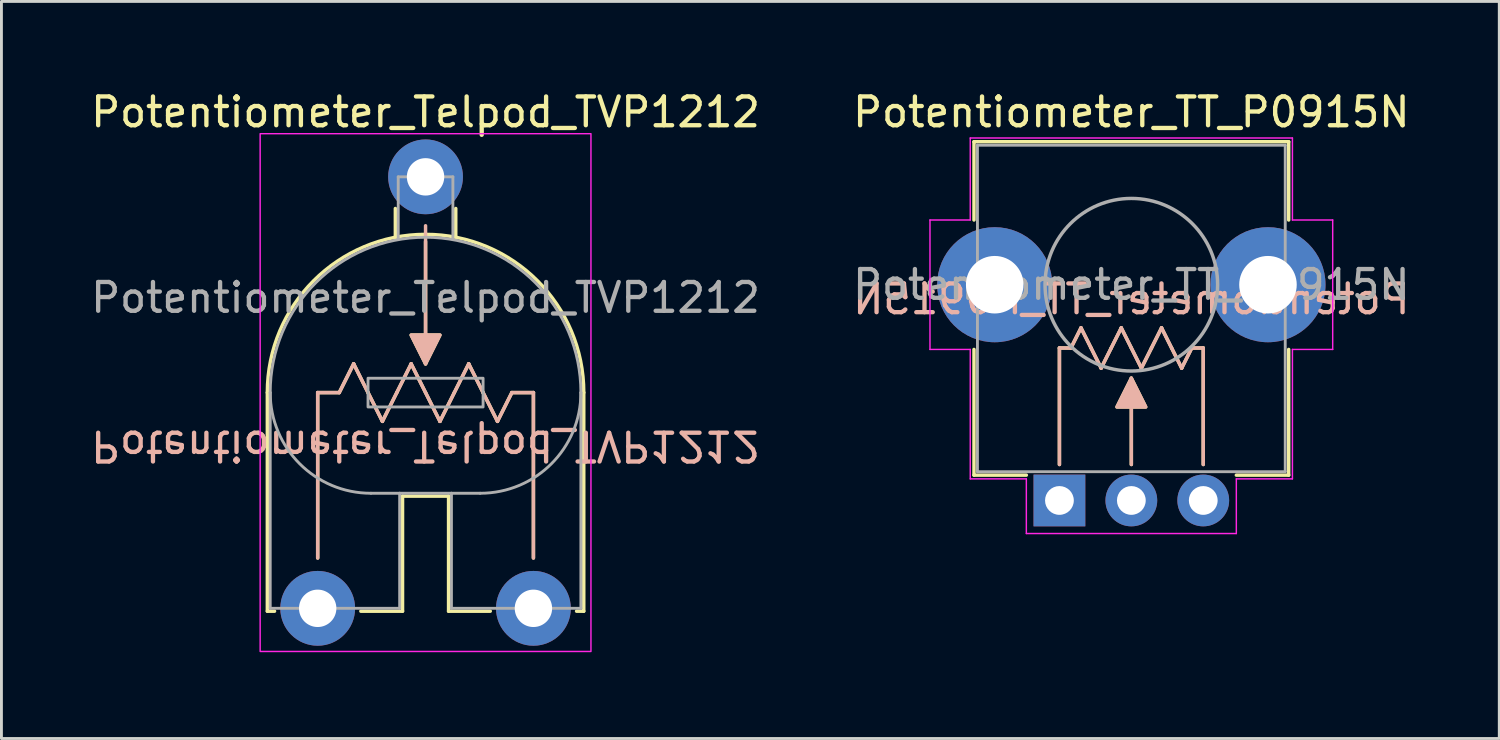
<source format=kicad_pcb>
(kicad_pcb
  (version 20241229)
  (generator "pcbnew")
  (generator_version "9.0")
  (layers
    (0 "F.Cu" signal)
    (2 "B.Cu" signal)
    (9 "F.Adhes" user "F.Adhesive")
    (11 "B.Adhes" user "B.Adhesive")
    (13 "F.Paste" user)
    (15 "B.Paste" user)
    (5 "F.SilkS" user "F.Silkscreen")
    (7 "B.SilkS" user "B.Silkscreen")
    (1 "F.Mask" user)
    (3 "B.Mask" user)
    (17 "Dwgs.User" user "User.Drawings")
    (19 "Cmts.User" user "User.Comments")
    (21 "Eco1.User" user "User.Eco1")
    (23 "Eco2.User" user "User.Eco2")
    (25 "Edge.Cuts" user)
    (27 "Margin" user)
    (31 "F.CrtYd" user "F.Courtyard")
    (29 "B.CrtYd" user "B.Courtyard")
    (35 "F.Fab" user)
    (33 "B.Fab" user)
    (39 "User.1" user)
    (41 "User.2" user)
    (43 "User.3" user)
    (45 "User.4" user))
  (footprint "Potentiometer_Telpod_TVP1212"
    (layer "F.Cu")
    (at 7.994 18.098)
    (property "Reference" "Potentiometer_Telpod_TVP1212" (at 3.75 -17.25 0) (unlocked yes) (layer "F.SilkS") (effects (font (size 1 1) (thickness 0.15))))
    (attr smd)
    (fp_line (start -1.75 -7.5) (end -1.75 0.1) (stroke (width 0.12) (type solid)) (layer "F.SilkS"))
    (fp_line (start -1.75 0.1) (end -1.5 0.1) (stroke (width 0.12) (type solid)) (layer "F.SilkS"))
    (fp_line (start 0 -7.5) (end 0 -1.75) (stroke (width 0.12) (type solid)) (layer "F.SilkS"))
    (fp_line (start 0.75 -7.5) (end 0 -7.5) (stroke (width 0.12) (type solid)) (layer "F.SilkS"))
    (fp_line (start 0.75 -7.5) (end 1.25 -8.5) (stroke (width 0.12) (type solid)) (layer "F.SilkS"))
    (fp_line (start 1.25 -8.5) (end 1.75 -7.5) (stroke (width 0.12) (type solid)) (layer "F.SilkS"))
    (fp_line (start 1.5 0.1) (end 2.95 0.1) (stroke (width 0.12) (type solid)) (layer "F.SilkS"))
    (fp_line (start 2.25 -6.5) (end 1.75 -7.5) (stroke (width 0.12) (type solid)) (layer "F.SilkS"))
    (fp_line (start 2.7 -12.9) (end 2.7 -13.9) (stroke (width 0.12) (type solid)) (layer "F.SilkS"))
    (fp_line (start 2.75 -7.5) (end 2.25 -6.5) (stroke (width 0.12) (type solid)) (layer "F.SilkS"))
    (fp_line (start 2.75 -7.5) (end 3.25 -8.5) (stroke (width 0.12) (type solid)) (layer "F.SilkS"))
    (fp_line (start 2.95 -3.9) (end 4.55 -3.9) (stroke (width 0.12) (type solid)) (layer "F.SilkS"))
    (fp_line (start 2.95 0.1) (end 2.95 -3.9) (stroke (width 0.12) (type solid)) (layer "F.SilkS"))
    (fp_line (start 3.25 -8.5) (end 3.75 -7.5) (stroke (width 0.12) (type solid)) (layer "F.SilkS"))
    (fp_line (start 3.75 -8.5) (end 3.75 -12.75) (stroke (width 0.12) (type solid)) (layer "F.SilkS"))
    (fp_line (start 4.25 -6.5) (end 3.75 -7.5) (stroke (width 0.12) (type solid)) (layer "F.SilkS"))
    (fp_line (start 4.55 -3.9) (end 4.55 0.1) (stroke (width 0.12) (type solid)) (layer "F.SilkS"))
    (fp_line (start 4.55 0.1) (end 6 0.1) (stroke (width 0.12) (type solid)) (layer "F.SilkS"))
    (fp_line (start 4.75 -7.5) (end 4.25 -6.5) (stroke (width 0.12) (type solid)) (layer "F.SilkS"))
    (fp_line (start 4.75 -7.5) (end 5.25 -8.5) (stroke (width 0.12) (type solid)) (layer "F.SilkS"))
    (fp_line (start 4.8 -12.9) (end 4.8 -13.9) (stroke (width 0.12) (type solid)) (layer "F.SilkS"))
    (fp_line (start 5.25 -8.5) (end 5.75 -7.5) (stroke (width 0.12) (type solid)) (layer "F.SilkS"))
    (fp_line (start 6.25 -6.5) (end 5.75 -7.5) (stroke (width 0.12) (type solid)) (layer "F.SilkS"))
    (fp_line (start 6.75 -7.5) (end 6.25 -6.5) (stroke (width 0.12) (type solid)) (layer "F.SilkS"))
    (fp_line (start 6.75 -7.5) (end 7.5 -7.5) (stroke (width 0.12) (type solid)) (layer "F.SilkS"))
    (fp_line (start 7.5 -7.5) (end 7.5 -1.75) (stroke (width 0.12) (type solid)) (layer "F.SilkS"))
    (fp_line (start 9 0.1) (end 9.25 0.1) (stroke (width 0.12) (type solid)) (layer "F.SilkS"))
    (fp_line (start 9.25 0.1) (end 9.25 -7.5) (stroke (width 0.12) (type solid)) (layer "F.SilkS"))
    (fp_arc (start -1.75 -7.5) (mid 3.75 -13) (end 9.25 -7.5) (stroke (width 0.12) (type solid)) (layer "F.SilkS"))
    (fp_poly (pts (xy 3.75 -8.5) (xy 3.25 -9.5) (xy 4.25 -9.5)) (stroke (width 0.12) (type solid)) (fill yes) (layer "F.SilkS"))
    (fp_line (start 0 -7.5) (end 0.75 -7.5) (stroke (width 0.12) (type solid)) (layer "B.SilkS"))
    (fp_line (start 0 -1.75) (end 0 -7.5) (stroke (width 0.12) (type solid)) (layer "B.SilkS"))
    (fp_line (start 0.75 -7.5) (end 1.25 -8.5) (stroke (width 0.12) (type solid)) (layer "B.SilkS"))
    (fp_line (start 1.25 -8.5) (end 2.25 -6.5) (stroke (width 0.12) (type solid)) (layer "B.SilkS"))
    (fp_line (start 2.25 -6.5) (end 3.25 -8.5) (stroke (width 0.12) (type solid)) (layer "B.SilkS"))
    (fp_line (start 3.25 -8.5) (end 4.25 -6.5) (stroke (width 0.12) (type solid)) (layer "B.SilkS"))
    (fp_line (start 3.75 -13.3) (end 3.75 -8.5) (stroke (width 0.12) (type solid)) (layer "B.SilkS"))
    (fp_line (start 4.25 -6.5) (end 5.25 -8.5) (stroke (width 0.12) (type solid)) (layer "B.SilkS"))
    (fp_line (start 5.25 -8.5) (end 6.25 -6.5) (stroke (width 0.12) (type solid)) (layer "B.SilkS"))
    (fp_line (start 6.25 -6.5) (end 6.75 -7.5) (stroke (width 0.12) (type solid)) (layer "B.SilkS"))
    (fp_line (start 6.75 -7.5) (end 7.5 -7.5) (stroke (width 0.12) (type solid)) (layer "B.SilkS"))
    (fp_line (start 7.5 -7.5) (end 7.5 -1.75) (stroke (width 0.12) (type solid)) (layer "B.SilkS"))
    (fp_poly (pts (xy 3.75 -8.5) (xy 3.25 -9.5) (xy 4.25 -9.5)) (stroke (width 0.12) (type solid)) (fill yes) (layer "B.SilkS"))
    (fp_rect (start -2 -16.5) (end 9.5 1.5) (stroke (width 0.05) (type solid)) (fill no) (layer "F.CrtYd"))
    (fp_line (start -1.65 -7.5) (end -1.65 0) (stroke (width 0.1) (type solid)) (layer "F.Fab"))
    (fp_line (start -1.65 0) (end 2.85 0) (stroke (width 0.1) (type solid)) (layer "F.Fab"))
    (fp_line (start 2.8 -15) (end 4.7 -15) (stroke (width 0.1) (type solid)) (layer "F.Fab"))
    (fp_line (start 2.8 -12.85) (end 2.8 -15) (stroke (width 0.1) (type solid)) (layer "F.Fab"))
    (fp_line (start 2.85 -4) (end 1.85 -4) (stroke (width 0.1) (type solid)) (layer "F.Fab"))
    (fp_line (start 2.85 -4) (end 2.85 0) (stroke (width 0.1) (type solid)) (layer "F.Fab"))
    (fp_line (start 4.65 -4) (end 2.85 -4) (stroke (width 0.1) (type solid)) (layer "F.Fab"))
    (fp_line (start 4.65 -4) (end 5.65 -4) (stroke (width 0.1) (type solid)) (layer "F.Fab"))
    (fp_line (start 4.65 0) (end 4.65 -4) (stroke (width 0.1) (type solid)) (layer "F.Fab"))
    (fp_line (start 4.7 -15) (end 4.7 -12.85) (stroke (width 0.1) (type solid)) (layer "F.Fab"))
    (fp_line (start 9.15 -7.5) (end 9.15 0) (stroke (width 0.1) (type solid)) (layer "F.Fab"))
    (fp_line (start 9.15 0) (end 4.65 0) (stroke (width 0.1) (type solid)) (layer "F.Fab"))
    (fp_rect (start 1.75 -8) (end 5.75 -7) (stroke (width 0.1) (type solid)) (fill no) (layer "F.Fab"))
    (fp_arc (start -1.65 -7.5) (mid 3.75 -12.9) (end 9.15 -7.5) (stroke (width 0.1) (type solid)) (layer "F.Fab"))
    (fp_arc (start 1.85 -4) (mid -0.624874 -5.025126) (end -1.65 -7.5) (stroke (width 0.1) (type solid)) (layer "F.Fab"))
    (fp_arc (start 9.15 -7.5) (mid 8.124874 -5.025126) (end 5.65 -4) (stroke (width 0.1) (type solid)) (layer "F.Fab"))
    (fp_text user "${REFERENCE}" (at 3.75 -5.65 180) (unlocked yes) (layer "B.SilkS") (effects (font (size 1 1) (thickness 0.15)) (justify mirror)))
    (fp_text user "${REFERENCE}" (at 3.75 -10.8 0) (unlocked yes) (layer "F.Fab") (effects (font (size 1 1) (thickness 0.15))))
    (pad "1" thru_hole circle (at 0 0) (size 2.6 2.6) (drill 1.3) (layers "*.Cu" "*.Mask"))
    (pad "2" thru_hole circle (at 3.75 -15) (size 2.6 2.6) (drill 1.3) (layers "*.Cu" "*.Mask"))
    (pad "3" thru_hole circle (at 7.5 0) (size 2.6 2.6) (drill 1.3) (layers "*.Cu" "*.Mask")))
  (footprint "Potentiometer_TT_P0915N"
    (layer "F.Cu")
    (at 33.78 14.348)
    (property "Reference" "Potentiometer_TT_P0915N" (at 2.5 -13.5 0) (layer "F.SilkS") (effects (font (size 1 1) (thickness 0.15))))
    (attr through_hole)
    (fp_line (start -2.97 -12.47) (end -2.97 -9.75) (stroke (width 0.12) (type solid)) (layer "F.SilkS"))
    (fp_line (start -2.97 -5.25) (end -2.97 -0.88) (stroke (width 0.12) (type solid)) (layer "F.SilkS"))
    (fp_line (start -1.15 -0.88) (end -2.97 -0.88) (stroke (width 0.12) (type solid)) (layer "F.SilkS"))
    (fp_line (start 0 -5.3) (end 0 -1.25) (stroke (width 0.12) (type solid)) (layer "F.SilkS"))
    (fp_line (start 0.4 -5.3) (end 0 -5.3) (stroke (width 0.12) (type solid)) (layer "F.SilkS"))
    (fp_line (start 0.4 -5.3) (end 0.75 -6) (stroke (width 0.12) (type solid)) (layer "F.SilkS"))
    (fp_line (start 0.75 -6) (end 1.1 -5.3) (stroke (width 0.12) (type solid)) (layer "F.SilkS"))
    (fp_line (start 1.1 -5.3) (end 1.45 -4.6) (stroke (width 0.12) (type solid)) (layer "F.SilkS"))
    (fp_line (start 1.45 -4.6) (end 1.8 -5.3) (stroke (width 0.12) (type solid)) (layer "F.SilkS"))
    (fp_line (start 1.8 -5.3) (end 2.15 -6) (stroke (width 0.12) (type solid)) (layer "F.SilkS"))
    (fp_line (start 2.15 -6) (end 2.5 -5.3) (stroke (width 0.12) (type solid)) (layer "F.SilkS"))
    (fp_line (start 2.5 -5.3) (end 2.85 -4.6) (stroke (width 0.12) (type solid)) (layer "F.SilkS"))
    (fp_line (start 2.5 -1.25) (end 2.5 -4.25) (stroke (width 0.12) (type solid)) (layer "F.SilkS"))
    (fp_line (start 2.85 -4.6) (end 3.2 -5.3) (stroke (width 0.12) (type solid)) (layer "F.SilkS"))
    (fp_line (start 3.2 -5.3) (end 3.55 -6) (stroke (width 0.12) (type solid)) (layer "F.SilkS"))
    (fp_line (start 3.55 -6) (end 3.9 -5.3) (stroke (width 0.12) (type solid)) (layer "F.SilkS"))
    (fp_line (start 3.9 -5.3) (end 4.25 -4.6) (stroke (width 0.12) (type solid)) (layer "F.SilkS"))
    (fp_line (start 4.25 -4.6) (end 4.6 -5.3) (stroke (width 0.12) (type solid)) (layer "F.SilkS"))
    (fp_line (start 4.6 -5.3) (end 5 -5.3) (stroke (width 0.12) (type solid)) (layer "F.SilkS"))
    (fp_line (start 5 -5.3) (end 5 -1.25) (stroke (width 0.12) (type solid)) (layer "F.SilkS"))
    (fp_line (start 7.97 -12.47) (end -2.97 -12.47) (stroke (width 0.12) (type solid)) (layer "F.SilkS"))
    (fp_line (start 7.97 -12.47) (end 7.97 -9.75) (stroke (width 0.12) (type solid)) (layer "F.SilkS"))
    (fp_line (start 7.97 -5.25) (end 7.97 -0.88) (stroke (width 0.12) (type solid)) (layer "F.SilkS"))
    (fp_line (start 7.97 -0.88) (end 6.15 -0.88) (stroke (width 0.12) (type solid)) (layer "F.SilkS"))
    (fp_poly (pts (xy 2.5 -4.25) (xy 3 -3.25) (xy 2 -3.25)) (stroke (width 0.12) (type solid)) (fill yes) (layer "F.SilkS"))
    (fp_line (start 0 -5.3) (end 0.4 -5.3) (stroke (width 0.12) (type solid)) (layer "B.SilkS"))
    (fp_line (start 0 -1.25) (end 0 -5.3) (stroke (width 0.12) (type solid)) (layer "B.SilkS"))
    (fp_line (start 0.4 -5.3) (end 0.75 -6) (stroke (width 0.12) (type solid)) (layer "B.SilkS"))
    (fp_line (start 0.75 -6) (end 1.45 -4.6) (stroke (width 0.12) (type solid)) (layer "B.SilkS"))
    (fp_line (start 1.45 -4.6) (end 2.15 -6) (stroke (width 0.12) (type solid)) (layer "B.SilkS"))
    (fp_line (start 2.15 -6) (end 2.85 -4.6) (stroke (width 0.12) (type solid)) (layer "B.SilkS"))
    (fp_line (start 2.5 -1.25) (end 2.5 -4.25) (stroke (width 0.12) (type solid)) (layer "B.SilkS"))
    (fp_line (start 2.85 -4.6) (end 3.55 -6) (stroke (width 0.12) (type solid)) (layer "B.SilkS"))
    (fp_line (start 3.55 -6) (end 4.25 -4.6) (stroke (width 0.12) (type solid)) (layer "B.SilkS"))
    (fp_line (start 4.25 -4.6) (end 4.6 -5.3) (stroke (width 0.12) (type solid)) (layer "B.SilkS"))
    (fp_line (start 4.6 -5.3) (end 5 -5.3) (stroke (width 0.12) (type solid)) (layer "B.SilkS"))
    (fp_line (start 5 -5.3) (end 5 -1.25) (stroke (width 0.12) (type solid)) (layer "B.SilkS"))
    (fp_poly (pts (xy 3 -3.25) (xy 2 -3.25) (xy 2.5 -4.25)) (stroke (width 0.12) (type solid)) (fill yes) (layer "B.SilkS"))
    (fp_line (start -4.5 -5.25) (end -4.5 -9.75) (stroke (width 0.05) (type solid)) (layer "F.CrtYd"))
    (fp_line (start -3.1 -12.6) (end 8.1 -12.6) (stroke (width 0.05) (type solid)) (layer "F.CrtYd"))
    (fp_line (start -3.1 -9.75) (end -4.5 -9.75) (stroke (width 0.05) (type solid)) (layer "F.CrtYd"))
    (fp_line (start -3.1 -9.75) (end -3.1 -12.6) (stroke (width 0.05) (type solid)) (layer "F.CrtYd"))
    (fp_line (start -3.1 -5.25) (end -4.5 -5.25) (stroke (width 0.05) (type solid)) (layer "F.CrtYd"))
    (fp_line (start -3.1 -0.75) (end -3.1 -5.25) (stroke (width 0.05) (type solid)) (layer "F.CrtYd"))
    (fp_line (start -1.15 -0.75) (end -3.1 -0.75) (stroke (width 0.05) (type solid)) (layer "F.CrtYd"))
    (fp_line (start -1.15 1.15) (end -1.15 -0.75) (stroke (width 0.05) (type solid)) (layer "F.CrtYd"))
    (fp_line (start 6.15 1.15) (end -1.15 1.15) (stroke (width 0.05) (type solid)) (layer "F.CrtYd"))
    (fp_line (start 6.15 1.15) (end 6.15 -0.75) (stroke (width 0.05) (type solid)) (layer "F.CrtYd"))
    (fp_line (start 8.1 -9.75) (end 8.1 -12.6) (stroke (width 0.05) (type solid)) (layer "F.CrtYd"))
    (fp_line (start 8.1 -0.75) (end 6.15 -0.75) (stroke (width 0.05) (type solid)) (layer "F.CrtYd"))
    (fp_line (start 8.1 -0.75) (end 8.1 -5.25) (stroke (width 0.05) (type solid)) (layer "F.CrtYd"))
    (fp_line (start 9.5 -9.75) (end 8.1 -9.75) (stroke (width 0.05) (type solid)) (layer "F.CrtYd"))
    (fp_line (start 9.5 -5.25) (end 8.1 -5.25) (stroke (width 0.05) (type solid)) (layer "F.CrtYd"))
    (fp_line (start 9.5 -5.25) (end 9.5 -9.75) (stroke (width 0.05) (type solid)) (layer "F.CrtYd"))
    (fp_line (start -2.85 -12.35) (end 7.85 -12.35) (stroke (width 0.1) (type solid)) (layer "F.Fab"))
    (fp_line (start -2.85 -1) (end -2.85 -12.35) (stroke (width 0.1) (type solid)) (layer "F.Fab"))
    (fp_line (start 7.85 -12.35) (end 7.85 -1) (stroke (width 0.1) (type solid)) (layer "F.Fab"))
    (fp_line (start 7.85 -1) (end -2.85 -1) (stroke (width 0.1) (type solid)) (layer "F.Fab"))
    (fp_circle (center 2.5 -7.5) (end 5.5 -7.5) (stroke (width 0.12) (type solid)) (fill no) (layer "F.Fab"))
    (fp_text user "${REFERENCE}" (at 2.5 -7 0) (unlocked yes) (layer "B.SilkS") (effects (font (size 1 1) (thickness 0.15)) (justify mirror)))
    (fp_text user "${REFERENCE}" (at 2.5 -7.5 0) (layer "F.Fab") (effects (font (size 1 1) (thickness 0.15))))
    (pad "" thru_hole oval (at -2.25 -7.5) (size 4 4) (drill 2) (layers "*.Cu" "*.Mask"))
    (pad "" thru_hole oval (at 7.25 -7.5) (size 4 4) (drill 2) (layers "*.Cu" "*.Mask"))
    (pad "1" thru_hole rect (at 0 0) (size 1.8 1.8) (drill 1) (layers "*.Cu" "*.Mask"))
    (pad "2" thru_hole circle (at 2.5 0) (size 1.8 1.8) (drill 1) (layers "*.Cu" "*.Mask"))
    (pad "3" thru_hole circle (at 5 0) (size 1.8 1.8) (drill 1) (layers "*.Cu" "*.Mask")))
  (gr_rect
    (start -3 -3)
    (end 49.071 22.623)
    (stroke (width 0.1) (type default))
    (fill no)
    (layer "Edge.Cuts")))
</source>
